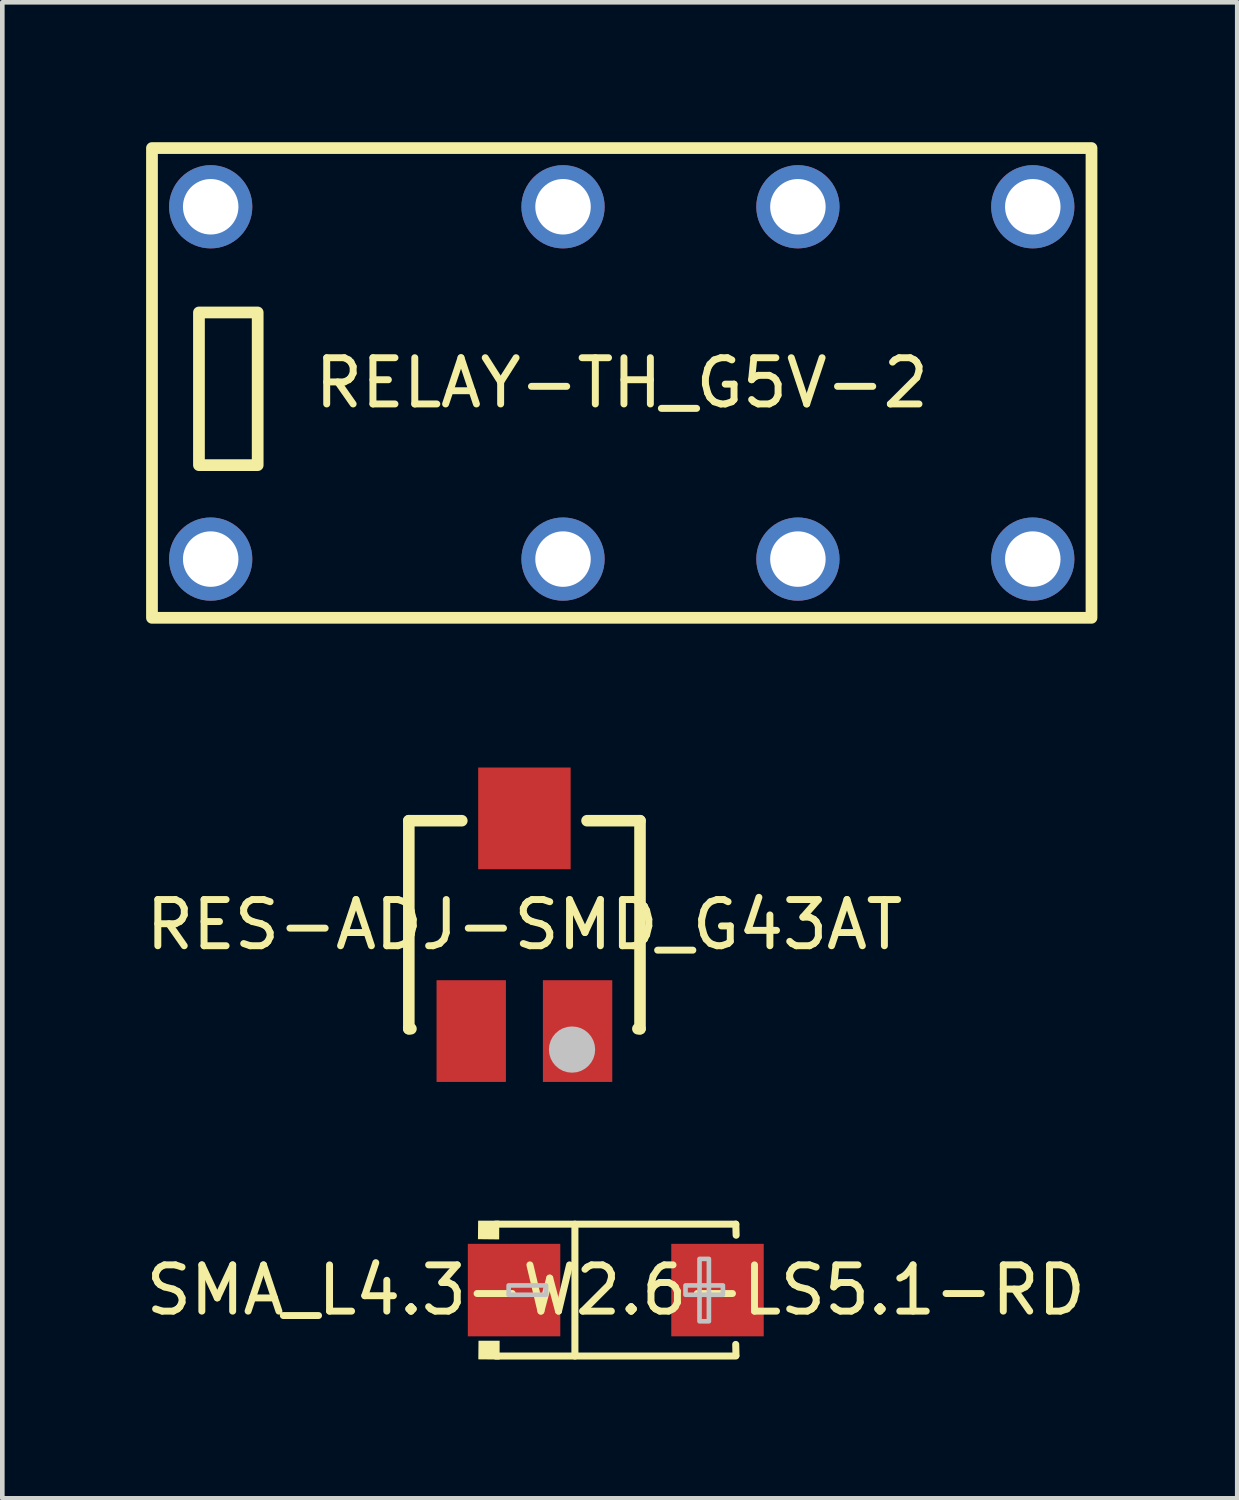
<source format=kicad_pcb>
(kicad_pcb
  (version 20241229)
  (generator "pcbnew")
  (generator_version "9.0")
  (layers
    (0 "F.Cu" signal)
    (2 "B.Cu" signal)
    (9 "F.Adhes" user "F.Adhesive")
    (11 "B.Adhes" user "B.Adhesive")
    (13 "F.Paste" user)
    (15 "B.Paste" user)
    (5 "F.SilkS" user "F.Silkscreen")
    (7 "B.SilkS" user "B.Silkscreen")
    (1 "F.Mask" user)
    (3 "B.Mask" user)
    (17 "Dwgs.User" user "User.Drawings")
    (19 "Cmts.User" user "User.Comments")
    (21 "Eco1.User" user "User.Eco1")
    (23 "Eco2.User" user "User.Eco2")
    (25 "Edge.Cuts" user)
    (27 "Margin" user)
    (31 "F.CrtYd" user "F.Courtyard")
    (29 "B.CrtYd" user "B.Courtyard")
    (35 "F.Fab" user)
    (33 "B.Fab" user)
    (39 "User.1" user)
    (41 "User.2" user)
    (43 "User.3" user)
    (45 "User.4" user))
  (footprint "RELAY-TH_G5V-2"
    (layer "F.Cu")
    (at 10.397 5.232)
    (property "Reference" "RELAY-TH_G5V-2" (at 0 0 0) (unlocked yes) (layer "F.SilkS") (effects (font (size 1 1) (thickness 0.15))))
    (fp_rect (start -10.16 -5.08) (end 10.16 5.08) (stroke (width 0.254) (type default)) (fill no) (layer "F.SilkS"))
    (fp_rect (start -9.144 -1.524) (end -7.874 1.778) (stroke (width 0.254) (type default)) (fill no) (layer "F.SilkS"))
    (fp_poly (pts (xy -8.39 -3.81) (xy -8.41 -3.951) (xy -8.469 -4.08) (xy -8.563 -4.188) (xy -8.682 -4.265) (xy -8.819 -4.305) (xy -8.961 -4.305) (xy -9.098 -4.265) (xy -9.217 -4.188) (xy -9.311 -4.08) (xy -9.37 -3.951) (xy -9.39 -3.81) (xy -9.37 -3.669) (xy -9.311 -3.54) (xy -9.217 -3.432) (xy -9.098 -3.355) (xy -8.961 -3.315) (xy -8.819 -3.315) (xy -8.682 -3.355) (xy -8.563 -3.432) (xy -8.469 -3.54) (xy -8.41 -3.669)) (stroke (width 0.1) (type default)) (fill no) (layer "User.1"))
    (fp_poly (pts (xy -8.39 3.81) (xy -8.41 3.669) (xy -8.469 3.54) (xy -8.563 3.432) (xy -8.682 3.355) (xy -8.819 3.315) (xy -8.961 3.315) (xy -9.098 3.355) (xy -9.217 3.432) (xy -9.311 3.54) (xy -9.37 3.669) (xy -9.39 3.81) (xy -9.37 3.951) (xy -9.311 4.08) (xy -9.217 4.188) (xy -9.098 4.265) (xy -8.961 4.305) (xy -8.819 4.305) (xy -8.682 4.265) (xy -8.563 4.188) (xy -8.469 4.08) (xy -8.41 3.951)) (stroke (width 0.1) (type default)) (fill no) (layer "User.1"))
    (fp_poly (pts (xy -0.77 -3.81) (xy -0.79 -3.951) (xy -0.849 -4.08) (xy -0.943 -4.188) (xy -1.062 -4.265) (xy -1.199 -4.305) (xy -1.341 -4.305) (xy -1.478 -4.265) (xy -1.597 -4.188) (xy -1.691 -4.08) (xy -1.75 -3.951) (xy -1.77 -3.81) (xy -1.75 -3.669) (xy -1.691 -3.54) (xy -1.597 -3.432) (xy -1.478 -3.355) (xy -1.341 -3.315) (xy -1.199 -3.315) (xy -1.062 -3.355) (xy -0.943 -3.432) (xy -0.849 -3.54) (xy -0.79 -3.669)) (stroke (width 0.1) (type default)) (fill no) (layer "User.1"))
    (fp_poly (pts (xy -0.77 3.81) (xy -0.79 3.669) (xy -0.849 3.54) (xy -0.943 3.432) (xy -1.062 3.355) (xy -1.199 3.315) (xy -1.341 3.315) (xy -1.478 3.355) (xy -1.597 3.432) (xy -1.691 3.54) (xy -1.75 3.669) (xy -1.77 3.81) (xy -1.75 3.951) (xy -1.691 4.08) (xy -1.597 4.188) (xy -1.478 4.265) (xy -1.341 4.305) (xy -1.199 4.305) (xy -1.062 4.265) (xy -0.943 4.188) (xy -0.849 4.08) (xy -0.79 3.951)) (stroke (width 0.1) (type default)) (fill no) (layer "User.1"))
    (fp_poly (pts (xy 4.31 -3.81) (xy 4.29 -3.951) (xy 4.231 -4.08) (xy 4.137 -4.188) (xy 4.018 -4.265) (xy 3.881 -4.305) (xy 3.739 -4.305) (xy 3.602 -4.265) (xy 3.483 -4.188) (xy 3.389 -4.08) (xy 3.33 -3.951) (xy 3.31 -3.81) (xy 3.33 -3.669) (xy 3.389 -3.54) (xy 3.483 -3.432) (xy 3.602 -3.355) (xy 3.739 -3.315) (xy 3.881 -3.315) (xy 4.018 -3.355) (xy 4.137 -3.432) (xy 4.231 -3.54) (xy 4.29 -3.669)) (stroke (width 0.1) (type default)) (fill no) (layer "User.1"))
    (fp_poly (pts (xy 4.31 3.81) (xy 4.29 3.669) (xy 4.231 3.54) (xy 4.137 3.432) (xy 4.018 3.355) (xy 3.881 3.315) (xy 3.739 3.315) (xy 3.602 3.355) (xy 3.483 3.432) (xy 3.389 3.54) (xy 3.33 3.669) (xy 3.31 3.81) (xy 3.33 3.951) (xy 3.389 4.08) (xy 3.483 4.188) (xy 3.602 4.265) (xy 3.739 4.305) (xy 3.881 4.305) (xy 4.018 4.265) (xy 4.137 4.188) (xy 4.231 4.08) (xy 4.29 3.951)) (stroke (width 0.1) (type default)) (fill no) (layer "User.1"))
    (fp_poly (pts (xy 9.39 -3.81) (xy 9.37 -3.951) (xy 9.311 -4.08) (xy 9.217 -4.188) (xy 9.098 -4.265) (xy 8.961 -4.305) (xy 8.819 -4.305) (xy 8.682 -4.265) (xy 8.563 -4.188) (xy 8.469 -4.08) (xy 8.41 -3.951) (xy 8.39 -3.81) (xy 8.41 -3.669) (xy 8.469 -3.54) (xy 8.563 -3.432) (xy 8.682 -3.355) (xy 8.819 -3.315) (xy 8.961 -3.315) (xy 9.098 -3.355) (xy 9.217 -3.432) (xy 9.311 -3.54) (xy 9.37 -3.669)) (stroke (width 0.1) (type default)) (fill no) (layer "User.1"))
    (fp_poly (pts (xy 9.39 3.81) (xy 9.37 3.669) (xy 9.311 3.54) (xy 9.217 3.432) (xy 9.098 3.355) (xy 8.961 3.315) (xy 8.819 3.315) (xy 8.682 3.355) (xy 8.563 3.432) (xy 8.469 3.54) (xy 8.41 3.669) (xy 8.39 3.81) (xy 8.41 3.951) (xy 8.469 4.08) (xy 8.563 4.188) (xy 8.682 4.265) (xy 8.819 4.305) (xy 8.961 4.305) (xy 9.098 4.265) (xy 9.217 4.188) (xy 9.311 4.08) (xy 9.37 3.951)) (stroke (width 0.1) (type default)) (fill no) (layer "User.1"))
    (fp_line (start -10.287 -5.207) (end 10.287 -5.207) (stroke (width 0.051) (type default)) (layer "User.2"))
    (fp_line (start -10.287 5.207) (end -10.287 -5.207) (stroke (width 0.051) (type default)) (layer "User.2"))
    (fp_line (start 10.287 -5.207) (end 10.287 5.207) (stroke (width 0.051) (type default)) (layer "User.2"))
    (fp_line (start 10.287 5.207) (end -10.287 5.207) (stroke (width 0.051) (type default)) (layer "User.2"))
    (fp_poly (pts (xy -10.227 5.207) (xy -10.245 5.165) (xy -10.287 5.147) (xy -10.329 5.165) (xy -10.347 5.207) (xy -10.329 5.249) (xy -10.287 5.267) (xy -10.245 5.249)) (stroke (width 0.1) (type default)) (fill no) (layer "User.3"))
    (pad "1" thru_hole circle (at -8.89 3.81) (size 1.8 1.8) (drill 1.2) (layers "*.Cu" "*.Mask"))
    (pad "4" thru_hole circle (at -1.27 3.81) (size 1.8 1.8) (drill 1.2) (layers "*.Cu" "*.Mask"))
    (pad "6" thru_hole circle (at 3.81 3.81) (size 1.8 1.8) (drill 1.2) (layers "*.Cu" "*.Mask"))
    (pad "8" thru_hole circle (at 8.89 3.81) (size 1.8 1.8) (drill 1.2) (layers "*.Cu" "*.Mask"))
    (pad "9" thru_hole circle (at 8.89 -3.81) (size 1.8 1.8) (drill 1.2) (layers "*.Cu" "*.Mask"))
    (pad "11" thru_hole circle (at 3.81 -3.81) (size 1.8 1.8) (drill 1.2) (layers "*.Cu" "*.Mask"))
    (pad "13" thru_hole circle (at -1.27 -3.81) (size 1.8 1.8) (drill 1.2) (layers "*.Cu" "*.Mask"))
    (pad "16" thru_hole circle (at -8.89 -3.81) (size 1.8 1.8) (drill 1.2) (layers "*.Cu" "*.Mask")))
  (footprint "RES-ADJ-SMD_G43AT"
    (layer "F.Cu")
    (at 8.292 16.95)
    (property "Reference" "RES-ADJ-SMD_G43AT" (at 0 0 0) (unlocked yes) (layer "F.SilkS") (effects (font (size 1 1) (thickness 0.15))))
    (fp_line (start -2.5 -2.25) (end -1.354 -2.25) (stroke (width 0.25) (type default)) (layer "F.SilkS"))
    (fp_line (start -2.5 2.25) (end -2.5 -2.25) (stroke (width 0.25) (type default)) (layer "F.SilkS"))
    (fp_line (start -2.454 2.25) (end -2.5 2.25) (stroke (width 0.25) (type default)) (layer "F.SilkS"))
    (fp_line (start 1.354 -2.25) (end 2.5 -2.25) (stroke (width 0.25) (type default)) (layer "F.SilkS"))
    (fp_line (start 2.5 -2.25) (end 2.5 2.25) (stroke (width 0.25) (type default)) (layer "F.SilkS"))
    (fp_line (start 2.5 2.25) (end 2.454 2.25) (stroke (width 0.25) (type default)) (layer "F.SilkS"))
    (fp_circle (center 1.03 2.7) (end 1.28 2.7) (stroke (width 0.5) (type default)) (fill no) (layer "Dwgs.User"))
    (fp_poly (pts (xy -1.55 1.36) (xy -0.75 1.36) (xy -0.75 2.61) (xy -1.55 2.61)) (stroke (width 0.1) (type default)) (fill no) (layer "User.1"))
    (fp_poly (pts (xy -0.6 -2.6) (xy 0.6 -2.6) (xy 0.6 -1.35) (xy -0.6 -1.35)) (stroke (width 0.1) (type default)) (fill no) (layer "User.1"))
    (fp_poly (pts (xy 0.75 1.36) (xy 1.55 1.36) (xy 1.55 2.61) (xy 0.75 2.61)) (stroke (width 0.1) (type default)) (fill no) (layer "User.1"))
    (fp_line (start -2.5 -2.25) (end 2.5 -2.25) (stroke (width 0.051) (type default)) (layer "User.2"))
    (fp_line (start -2.5 2.25) (end -2.5 -2.25) (stroke (width 0.051) (type default)) (layer "User.2"))
    (fp_line (start 2.5 -2.25) (end 2.5 2.25) (stroke (width 0.051) (type default)) (layer "User.2"))
    (fp_line (start 2.5 2.25) (end -2.5 2.25) (stroke (width 0.051) (type default)) (layer "User.2"))
    (fp_poly (pts (xy 2.56 2.61) (xy 2.542 2.568) (xy 2.5 2.55) (xy 2.458 2.568) (xy 2.44 2.61) (xy 2.458 2.652) (xy 2.5 2.67) (xy 2.542 2.652)) (stroke (width 0.1) (type default)) (fill no) (layer "User.3"))
    (pad "1" smd rect (at 1.15 2.3) (size 1.5 2.2) (layers "F.Cu" "F.Mask" "F.Paste"))
    (pad "2" smd rect (at 0 -2.3) (size 2 2.2) (layers "F.Cu" "F.Mask" "F.Paste"))
    (pad "3" smd rect (at -1.15 2.3) (size 1.5 2.2) (layers "F.Cu" "F.Mask" "F.Paste")))
  (footprint "SMA_L4.3-W2.6-LS5.1-RD"
    (layer "F.Cu")
    (at 10.268 24.852)
    (property "Reference" "SMA_L4.3-W2.6-LS5.1-RD" (at 0 0 0) (unlocked yes) (layer "F.SilkS") (effects (font (size 1 1) (thickness 0.15))))
    (fp_line (start -2.596 -1.426) (end 2.596 -1.426) (stroke (width 0.152) (type default)) (layer "F.SilkS"))
    (fp_line (start -2.596 1.426) (end 2.596 1.426) (stroke (width 0.152) (type default)) (layer "F.SilkS"))
    (fp_line (start -0.884 -1.426) (end -0.884 1.426) (stroke (width 0.152) (type default)) (layer "F.SilkS"))
    (fp_line (start 2.594 1.175) (end 2.6 1.415) (stroke (width 0.152) (type default)) (layer "F.SilkS"))
    (fp_line (start 2.596 -1.426) (end 2.603 -1.187) (stroke (width 0.152) (type default)) (layer "F.SilkS"))
    (fp_poly (pts (xy -2.52 -1.502) (xy -2.522 -1.096) (xy -2.981 -1.101) (xy -2.977 -1.502)) (stroke (width 0) (type default)) (fill yes) (layer "F.SilkS"))
    (fp_poly (pts (xy -2.512 1.096) (xy -2.513 1.502) (xy -2.973 1.498) (xy -2.969 1.096)) (stroke (width 0) (type default)) (fill yes) (layer "F.SilkS"))
    (fp_poly (pts (xy -2.317 0.101) (xy -2.317 -0.101) (xy -1.508 -0.101) (xy -1.508 0.101)) (stroke (width 0.1) (type default)) (fill no) (layer "Dwgs.User"))
    (fp_poly (pts (xy 2.014 0.675) (xy 2.014 -0.675) (xy 1.811 -0.675) (xy 1.811 0.675)) (stroke (width 0.1) (type default)) (fill no) (layer "Dwgs.User"))
    (fp_poly (pts (xy 2.317 0.101) (xy 2.317 -0.101) (xy 1.508 -0.101) (xy 1.508 0.101)) (stroke (width 0.1) (type default)) (fill no) (layer "Dwgs.User"))
    (fp_poly (pts (xy -1.435 -0.725) (xy -1.435 0.725) (xy -2.56 0.725) (xy -2.56 -0.725)) (stroke (width 0.1) (type default)) (fill no) (layer "User.1"))
    (fp_poly (pts (xy 2.56 -0.725) (xy 2.56 0.725) (xy 1.435 0.725) (xy 1.435 -0.725)) (stroke (width 0.1) (type default)) (fill no) (layer "User.1"))
    (fp_line (start -2.16 -1.3) (end 2.16 -1.3) (stroke (width 0.051) (type default)) (layer "User.2"))
    (fp_line (start -2.16 1.3) (end -2.16 -1.3) (stroke (width 0.051) (type default)) (layer "User.2"))
    (fp_line (start 2.16 -1.3) (end 2.16 1.3) (stroke (width 0.051) (type default)) (layer "User.2"))
    (fp_line (start 2.16 1.3) (end -2.16 1.3) (stroke (width 0.051) (type default)) (layer "User.2"))
    (fp_poly (pts (xy -2.5 1.3) (xy -2.518 1.258) (xy -2.56 1.24) (xy -2.602 1.258) (xy -2.62 1.3) (xy -2.602 1.342) (xy -2.56 1.36) (xy -2.518 1.342)) (stroke (width 0.1) (type default)) (fill no) (layer "User.3"))
    (pad "1" smd rect (at -2.2 0 180) (size 2 2) (layers "F.Cu" "F.Mask" "F.Paste"))
    (pad "2" smd rect (at 2.2 0 180) (size 2 2) (layers "F.Cu" "F.Mask" "F.Paste")))
  (gr_rect
    (start -3 -3)
    (end 23.709 29.355)
    (stroke (width 0.1) (type default))
    (fill no)
    (layer "Edge.Cuts")))
</source>
